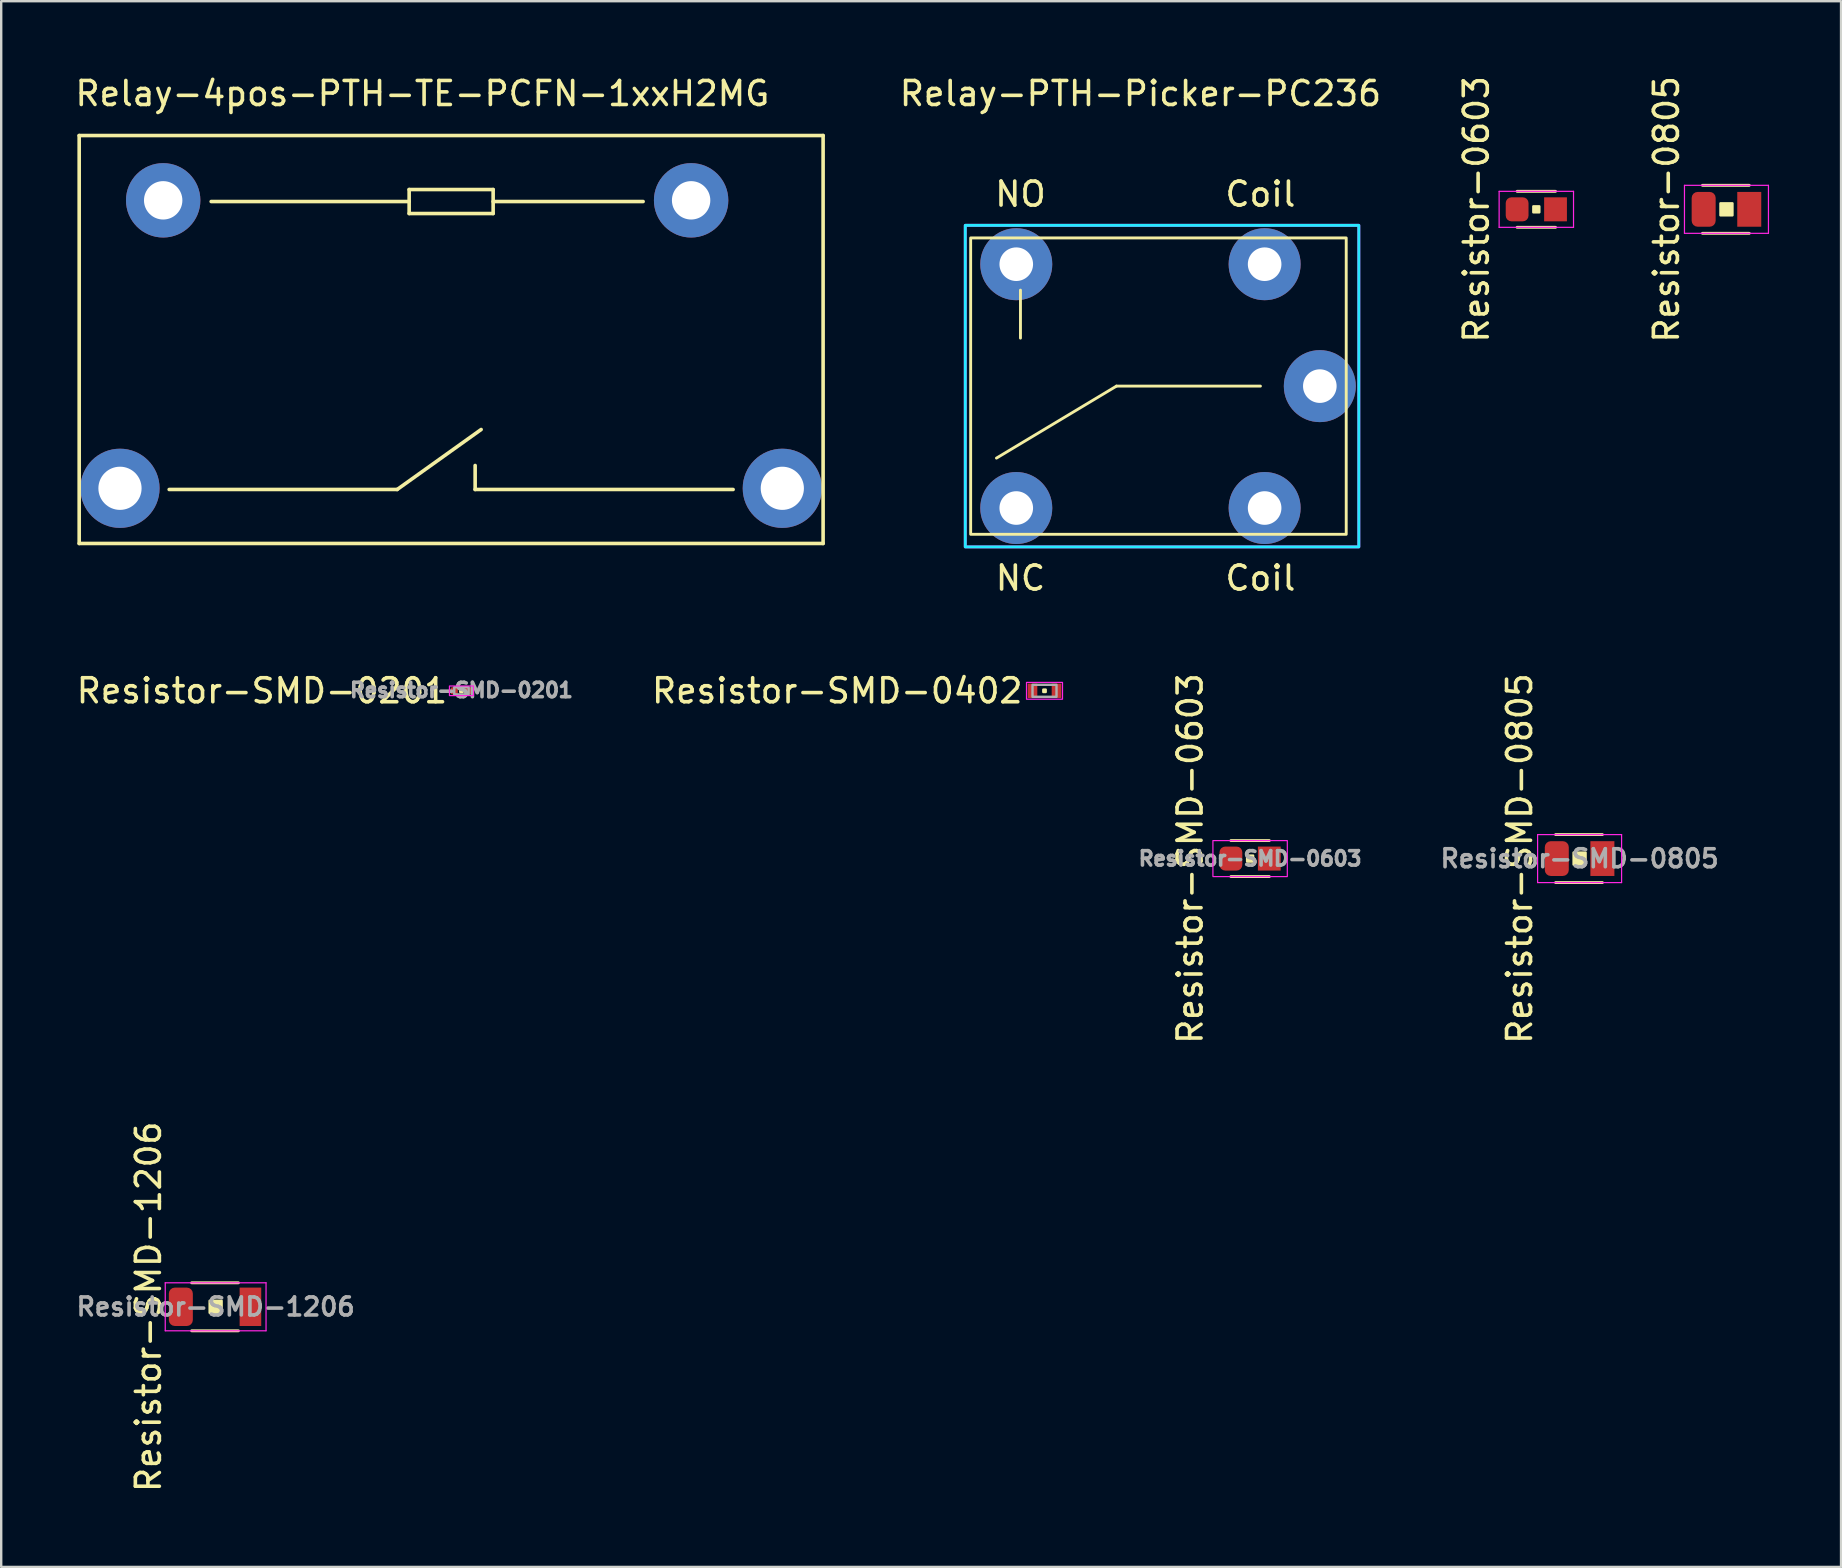
<source format=kicad_pcb>
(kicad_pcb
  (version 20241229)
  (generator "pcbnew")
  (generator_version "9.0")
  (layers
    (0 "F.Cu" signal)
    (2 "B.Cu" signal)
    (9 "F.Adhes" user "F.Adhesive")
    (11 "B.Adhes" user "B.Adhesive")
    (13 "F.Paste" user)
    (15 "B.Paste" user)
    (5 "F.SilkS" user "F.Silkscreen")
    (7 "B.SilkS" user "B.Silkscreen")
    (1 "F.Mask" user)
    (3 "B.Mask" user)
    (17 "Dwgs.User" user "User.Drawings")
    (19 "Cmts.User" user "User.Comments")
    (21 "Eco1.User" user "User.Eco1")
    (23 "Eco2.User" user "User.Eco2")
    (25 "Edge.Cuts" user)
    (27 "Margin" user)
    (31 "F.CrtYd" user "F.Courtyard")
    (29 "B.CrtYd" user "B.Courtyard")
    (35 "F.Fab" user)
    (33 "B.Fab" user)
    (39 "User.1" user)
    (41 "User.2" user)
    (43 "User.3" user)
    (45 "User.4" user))
  (footprint "Resistor-SMD-0603"
    (layer "F.Cu")
    (at 49.044 32.728)
    (property "Reference" "Resistor-SMD-0603" (at -2.5 0 90) (layer "F.SilkS") (effects (font (size 1 1) (thickness 0.15))))
    (attr smd)
    (fp_line (start -0.8 0.75) (end 0.8 0.75) (stroke (width 0.12) (type solid)) (layer "F.SilkS"))
    (fp_line (start 0.8 -0.75) (end -0.8 -0.75) (stroke (width 0.12) (type solid)) (layer "F.SilkS"))
    (fp_poly (pts (xy 0.125 0.125) (xy -0.125 0.125) (xy -0.125 -0.125) (xy 0.125 -0.125)) (stroke (width 0.1) (type solid)) (fill yes) (layer "F.SilkS"))
    (fp_rect (start -1.55 -0.75) (end 1.55 0.75) (stroke (width 0.05) (type solid)) (fill no) (layer "F.CrtYd"))
    (fp_text user "${REFERENCE}" (at 0 0 0) (layer "F.Fab") (effects (font (size 0.6 0.6) (thickness 0.15))))
    (pad "1" smd roundrect (at -0.8 0) (size 0.95 1) (layers "F.Cu" "F.Mask" "F.Paste") (roundrect_rratio 0.25))
    (pad "2" smd rect (at 0.8 0) (size 0.95 1) (layers "F.Cu" "F.Mask" "F.Paste")))
  (footprint "Resistor-SMD-0201"
    (layer "F.Cu")
    (at 16.179 25.737)
    (property "Reference" "Resistor-SMD-0201" (at -0.5 0 180) (layer "F.SilkS") (effects (font (size 1 1) (thickness 0.15)) (justify right)))
    (attr smd)
    (fp_poly (pts (xy 0.05 0.05) (xy -0.05 0.05) (xy -0.05 -0.05) (xy 0.05 -0.05)) (stroke (width 0.1) (type solid)) (fill yes) (layer "F.SilkS"))
    (fp_rect (start -0.5 -0.2) (end 0.5 0.2) (stroke (width 0.05) (type solid)) (fill no) (layer "F.CrtYd"))
    (fp_rect (start -0.3 -0.15) (end 0.3 0.15) (stroke (width 0.1) (type solid)) (fill no) (layer "F.Fab"))
    (fp_text user "${REFERENCE}" (at 0 -0.025 0) (layer "F.Fab") (effects (font (size 0.6 0.6) (thickness 0.15))))
    (pad "1" smd roundrect (at -0.3 0) (size 0.3 0.3) (layers "F.Cu" "F.Mask" "F.Paste") (roundrect_rratio 0.25))
    (pad "2" smd rect (at 0.3 0) (size 0.3 0.3) (layers "F.Cu" "F.Mask" "F.Paste")))
  (footprint "Relay-4pos-PTH-TE-PCFN-1xxH2MG"
    (layer "F.Cu")
    (at 15.75 11.098)
    (property "Reference" "Relay-4pos-PTH-TE-PCFN-1xxH2MG" (at -15.75 -10.25 0) (layer "F.SilkS") (effects (font (size 1 1) (thickness 0.15)) (justify left)))
    (attr through_hole)
    (fp_line (start -15.5 -8.5) (end 15.5 -8.5) (stroke (width 0.15) (type solid)) (layer "F.SilkS"))
    (fp_line (start -15.5 8.5) (end -15.5 -8.5) (stroke (width 0.15) (type solid)) (layer "F.SilkS"))
    (fp_line (start -11.75 6.25) (end -2.25 6.25) (stroke (width 0.15) (type solid)) (layer "F.SilkS"))
    (fp_line (start -2.25 6.25) (end 1.25 3.75) (stroke (width 0.15) (type solid)) (layer "F.SilkS"))
    (fp_line (start -1.75 -6.25) (end 1.75 -6.25) (stroke (width 0.15) (type solid)) (layer "F.SilkS"))
    (fp_line (start -1.75 -5.75) (end -10 -5.75) (stroke (width 0.15) (type solid)) (layer "F.SilkS"))
    (fp_line (start -1.75 -5.25) (end -1.75 -6.25) (stroke (width 0.15) (type solid)) (layer "F.SilkS"))
    (fp_line (start 1 6.25) (end 1 5.25) (stroke (width 0.15) (type solid)) (layer "F.SilkS"))
    (fp_line (start 1.75 -6.25) (end 1.75 -5.25) (stroke (width 0.15) (type solid)) (layer "F.SilkS"))
    (fp_line (start 1.75 -5.75) (end 8 -5.75) (stroke (width 0.15) (type solid)) (layer "F.SilkS"))
    (fp_line (start 1.75 -5.25) (end -1.75 -5.25) (stroke (width 0.15) (type solid)) (layer "F.SilkS"))
    (fp_line (start 11.75 6.25) (end 1 6.25) (stroke (width 0.15) (type solid)) (layer "F.SilkS"))
    (fp_line (start 15.5 -8.5) (end 15.5 8.5) (stroke (width 0.15) (type solid)) (layer "F.SilkS"))
    (fp_line (start 15.5 8.5) (end -15.5 8.5) (stroke (width 0.15) (type solid)) (layer "F.SilkS"))
    (pad "11" thru_hole circle (at -13.8 6.2) (size 3.3 3.3) (drill 1.8) (layers "*.Cu" "*.Mask"))
    (pad "14" thru_hole circle (at 13.8 6.2) (size 3.3 3.3) (drill 1.8) (layers "*.Cu" "*.Mask"))
    (pad "A1" thru_hole circle (at -12 -5.8) (size 3.1 3.1) (drill 1.6) (layers "*.Cu" "*.Mask"))
    (pad "A2" thru_hole circle (at 10 -5.8) (size 3.1 3.1) (drill 1.6) (layers "*.Cu" "*.Mask")))
  (footprint "Resistor-SMD-1206"
    (layer "F.Cu")
    (at 5.936 51.406)
    (property "Reference" "Resistor-SMD-1206" (at -2.8 0 90) (layer "F.SilkS") (effects (font (size 1 1) (thickness 0.15))))
    (attr smd)
    (fp_line (start 0.95 -1) (end -1 -1) (stroke (width 0.12) (type solid)) (layer "F.SilkS"))
    (fp_line (start 0.95 1) (end -1 1) (stroke (width 0.12) (type solid)) (layer "F.SilkS"))
    (fp_poly (pts (xy 0.25 0.25) (xy -0.25 0.25) (xy -0.25 -0.25) (xy 0.25 -0.25)) (stroke (width 0.1) (type solid)) (fill yes) (layer "F.SilkS"))
    (fp_line (start -2.1 -1) (end 2.1 -1) (stroke (width 0.05) (type solid)) (layer "F.CrtYd"))
    (fp_line (start -2.1 1) (end -2.1 -1) (stroke (width 0.05) (type solid)) (layer "F.CrtYd"))
    (fp_line (start 2.1 -1) (end 2.1 1) (stroke (width 0.05) (type solid)) (layer "F.CrtYd"))
    (fp_line (start 2.1 1) (end -2.1 1) (stroke (width 0.05) (type solid)) (layer "F.CrtYd"))
    (fp_text user "${REFERENCE}" (at 0 0 0) (layer "F.Fab") (effects (font (size 0.75 0.75) (thickness 0.15))))
    (pad "1" smd roundrect (at -1.45 0) (size 1 1.6) (layers "F.Cu" "F.Mask" "F.Paste") (roundrect_rratio 0.25))
    (pad "2" smd rect (at 1.45 0) (size 0.9 1.6) (layers "F.Cu" "F.Mask" "F.Paste")))
  (footprint "Resistor-0603"
    (layer "F.Cu")
    (at 60.971 5.673)
    (property "Reference" "Resistor-0603" (at -2.5 0 90) (layer "F.SilkS") (effects (font (size 1 1) (thickness 0.15))))
    (attr smd)
    (fp_line (start -0.8 0.75) (end 0.8 0.75) (stroke (width 0.12) (type solid)) (layer "F.SilkS"))
    (fp_line (start 0.8 -0.75) (end -0.8 -0.75) (stroke (width 0.12) (type solid)) (layer "F.SilkS"))
    (fp_poly (pts (xy 0.125 0.125) (xy -0.125 0.125) (xy -0.125 -0.125) (xy 0.125 -0.125)) (stroke (width 0.1) (type solid)) (fill yes) (layer "F.SilkS"))
    (fp_line (start -1.55 -0.75) (end 1.55 -0.75) (stroke (width 0.05) (type solid)) (layer "F.CrtYd"))
    (fp_line (start -1.55 0.75) (end -1.55 -0.75) (stroke (width 0.05) (type solid)) (layer "F.CrtYd"))
    (fp_line (start 1.55 -0.75) (end 1.55 0.75) (stroke (width 0.05) (type solid)) (layer "F.CrtYd"))
    (fp_line (start 1.55 0.75) (end -1.55 0.75) (stroke (width 0.05) (type solid)) (layer "F.CrtYd"))
    (pad "1" smd roundrect (at -0.8 0) (size 0.95 1) (layers "F.Cu" "F.Mask" "F.Paste") (roundrect_rratio 0.25))
    (pad "2" smd rect (at 0.8 0) (size 0.95 1) (layers "F.Cu" "F.Mask" "F.Paste")))
  (footprint "Resistor-SMD-0805"
    (layer "F.Cu")
    (at 62.774 32.728)
    (property "Reference" "Resistor-SMD-0805" (at -2.5 0 90) (layer "F.SilkS") (effects (font (size 1 1) (thickness 0.15))))
    (attr smd)
    (fp_line (start 0.95 -1) (end -1 -1) (stroke (width 0.12) (type solid)) (layer "F.SilkS"))
    (fp_line (start 0.95 1) (end -1 1) (stroke (width 0.12) (type solid)) (layer "F.SilkS"))
    (fp_poly (pts (xy 0.25 0.25) (xy -0.25 0.25) (xy -0.25 -0.25) (xy 0.25 -0.25)) (stroke (width 0.1) (type solid)) (fill yes) (layer "F.SilkS"))
    (fp_line (start -1.75 -1) (end 1.75 -1) (stroke (width 0.05) (type solid)) (layer "F.CrtYd"))
    (fp_line (start -1.75 1) (end -1.75 -1) (stroke (width 0.05) (type solid)) (layer "F.CrtYd"))
    (fp_line (start 1.75 -1) (end 1.75 1) (stroke (width 0.05) (type solid)) (layer "F.CrtYd"))
    (fp_line (start 1.75 1) (end -1.75 1) (stroke (width 0.05) (type solid)) (layer "F.CrtYd"))
    (fp_text user "${REFERENCE}" (at 0 0 0) (layer "F.Fab") (effects (font (size 0.75 0.75) (thickness 0.15))))
    (pad "1" smd roundrect (at -0.95 0) (size 1 1.45) (layers "F.Cu" "F.Mask" "F.Paste") (roundrect_rratio 0.25))
    (pad "2" smd rect (at 0.95 0) (size 1 1.45) (layers "F.Cu" "F.Mask" "F.Paste")))
  (footprint "Relay-PTH-Picker-PC236"
    (layer "F.Cu")
    (at 44.474 13.04)
    (property "Reference" "Relay-PTH-Picker-PC236" (at 0 -12.192 0) (unlocked yes) (layer "F.SilkS") (effects (font (size 1 1) (thickness 0.15))))
    (attr through_hole)
    (fp_line (start -5 -4) (end -5 -2) (stroke (width 0.12) (type solid)) (layer "F.SilkS"))
    (fp_line (start -1 0) (end -6 3) (stroke (width 0.12) (type solid)) (layer "F.SilkS"))
    (fp_line (start 5 0) (end -1 0) (stroke (width 0.12) (type solid)) (layer "F.SilkS"))
    (fp_rect (start -7.075 6.175) (end 8.575 -6.175) (stroke (width 0.12) (type solid)) (fill no) (layer "F.SilkS"))
    (fp_rect (start -7.3 -6.7) (end 9.1 6.7) (stroke (width 0.12) (type solid)) (fill no) (layer "B.CrtYd"))
    (fp_rect (start -7.3 -6.7) (end 9.1 6.7) (stroke (width 0.12) (type solid)) (fill no) (layer "F.CrtYd"))
    (fp_text user "NC" (at -5 8 0) (unlocked yes) (layer "F.SilkS") (effects (font (size 1 1) (thickness 0.15))))
    (fp_text user "Coil" (at 5 8 0) (unlocked yes) (layer "F.SilkS") (effects (font (size 1 1) (thickness 0.15))))
    (fp_text user "NO" (at -5 -8 0) (unlocked yes) (layer "F.SilkS") (effects (font (size 1 1) (thickness 0.15))))
    (fp_text user "Coil" (at 5 -8 0) (unlocked yes) (layer "F.SilkS") (effects (font (size 1 1) (thickness 0.15))))
    (pad "1" thru_hole circle (at 5.175 -5.08) (size 3 3) (drill 1.4) (layers "*.Cu" "*.Mask"))
    (pad "2" thru_hole circle (at 7.475 0) (size 3 3) (drill 1.4) (layers "*.Cu" "*.Mask"))
    (pad "3" thru_hole circle (at -5.175 5.08) (size 3 3) (drill 1.4) (layers "*.Cu" "*.Mask"))
    (pad "4" thru_hole circle (at -5.175 -5.08) (size 3 3) (drill 1.4) (layers "*.Cu" "*.Mask"))
    (pad "5" thru_hole circle (at 5.175 5.08) (size 3 3) (drill 1.4) (layers "*.Cu" "*.Mask")))
  (footprint "Resistor-0805"
    (layer "F.Cu")
    (at 68.894 5.673)
    (property "Reference" "Resistor-0805" (at -2.5 0 90) (layer "F.SilkS") (effects (font (size 1 1) (thickness 0.15))))
    (attr smd)
    (fp_line (start 0.95 -1) (end -1 -1) (stroke (width 0.12) (type solid)) (layer "F.SilkS"))
    (fp_line (start 0.95 1) (end -1 1) (stroke (width 0.12) (type solid)) (layer "F.SilkS"))
    (fp_poly (pts (xy 0.25 0.25) (xy -0.25 0.25) (xy -0.25 -0.25) (xy 0.25 -0.25)) (stroke (width 0.1) (type solid)) (fill yes) (layer "F.SilkS"))
    (fp_line (start -1.75 -1) (end 1.75 -1) (stroke (width 0.05) (type solid)) (layer "F.CrtYd"))
    (fp_line (start -1.75 1) (end -1.75 -1) (stroke (width 0.05) (type solid)) (layer "F.CrtYd"))
    (fp_line (start 1.75 -1) (end 1.75 1) (stroke (width 0.05) (type solid)) (layer "F.CrtYd"))
    (fp_line (start 1.75 1) (end -1.75 1) (stroke (width 0.05) (type solid)) (layer "F.CrtYd"))
    (pad "1" smd roundrect (at -0.95 0) (size 1 1.45) (layers "F.Cu" "F.Mask" "F.Paste") (roundrect_rratio 0.25))
    (pad "2" smd rect (at 0.95 0) (size 1 1.45) (layers "F.Cu" "F.Mask" "F.Paste")))
  (footprint "Resistor-SMD-0402"
    (layer "F.Cu")
    (at 40.476 25.737)
    (property "Reference" "Resistor-SMD-0402" (at -0.825 0 180) (layer "F.SilkS") (effects (font (size 1 1) (thickness 0.15)) (justify right)))
    (attr smd)
    (fp_poly (pts (xy 0.05 0.05) (xy -0.05 0.05) (xy -0.05 -0.05) (xy 0.05 -0.05)) (stroke (width 0.1) (type solid)) (fill yes) (layer "F.SilkS"))
    (fp_rect (start -0.75 -0.35) (end 0.75 0.35) (stroke (width 0.05) (type solid)) (fill no) (layer "F.CrtYd"))
    (fp_rect (start -0.5 -0.25) (end 0.5 0.25) (stroke (width 0.1) (type solid)) (fill no) (layer "F.Fab"))
    (pad "1" smd rect (at -0.5 0) (size 0.4 0.6) (layers "F.Cu" "F.Mask" "F.Paste"))
    (pad "2" smd rect (at 0.5 0) (size 0.4 0.6) (layers "F.Cu" "F.Mask" "F.Paste")))
  (gr_rect
    (start -3 -3)
    (end 73.669 62.246)
    (stroke (width 0.1) (type default))
    (fill no)
    (layer "Edge.Cuts")))
</source>
